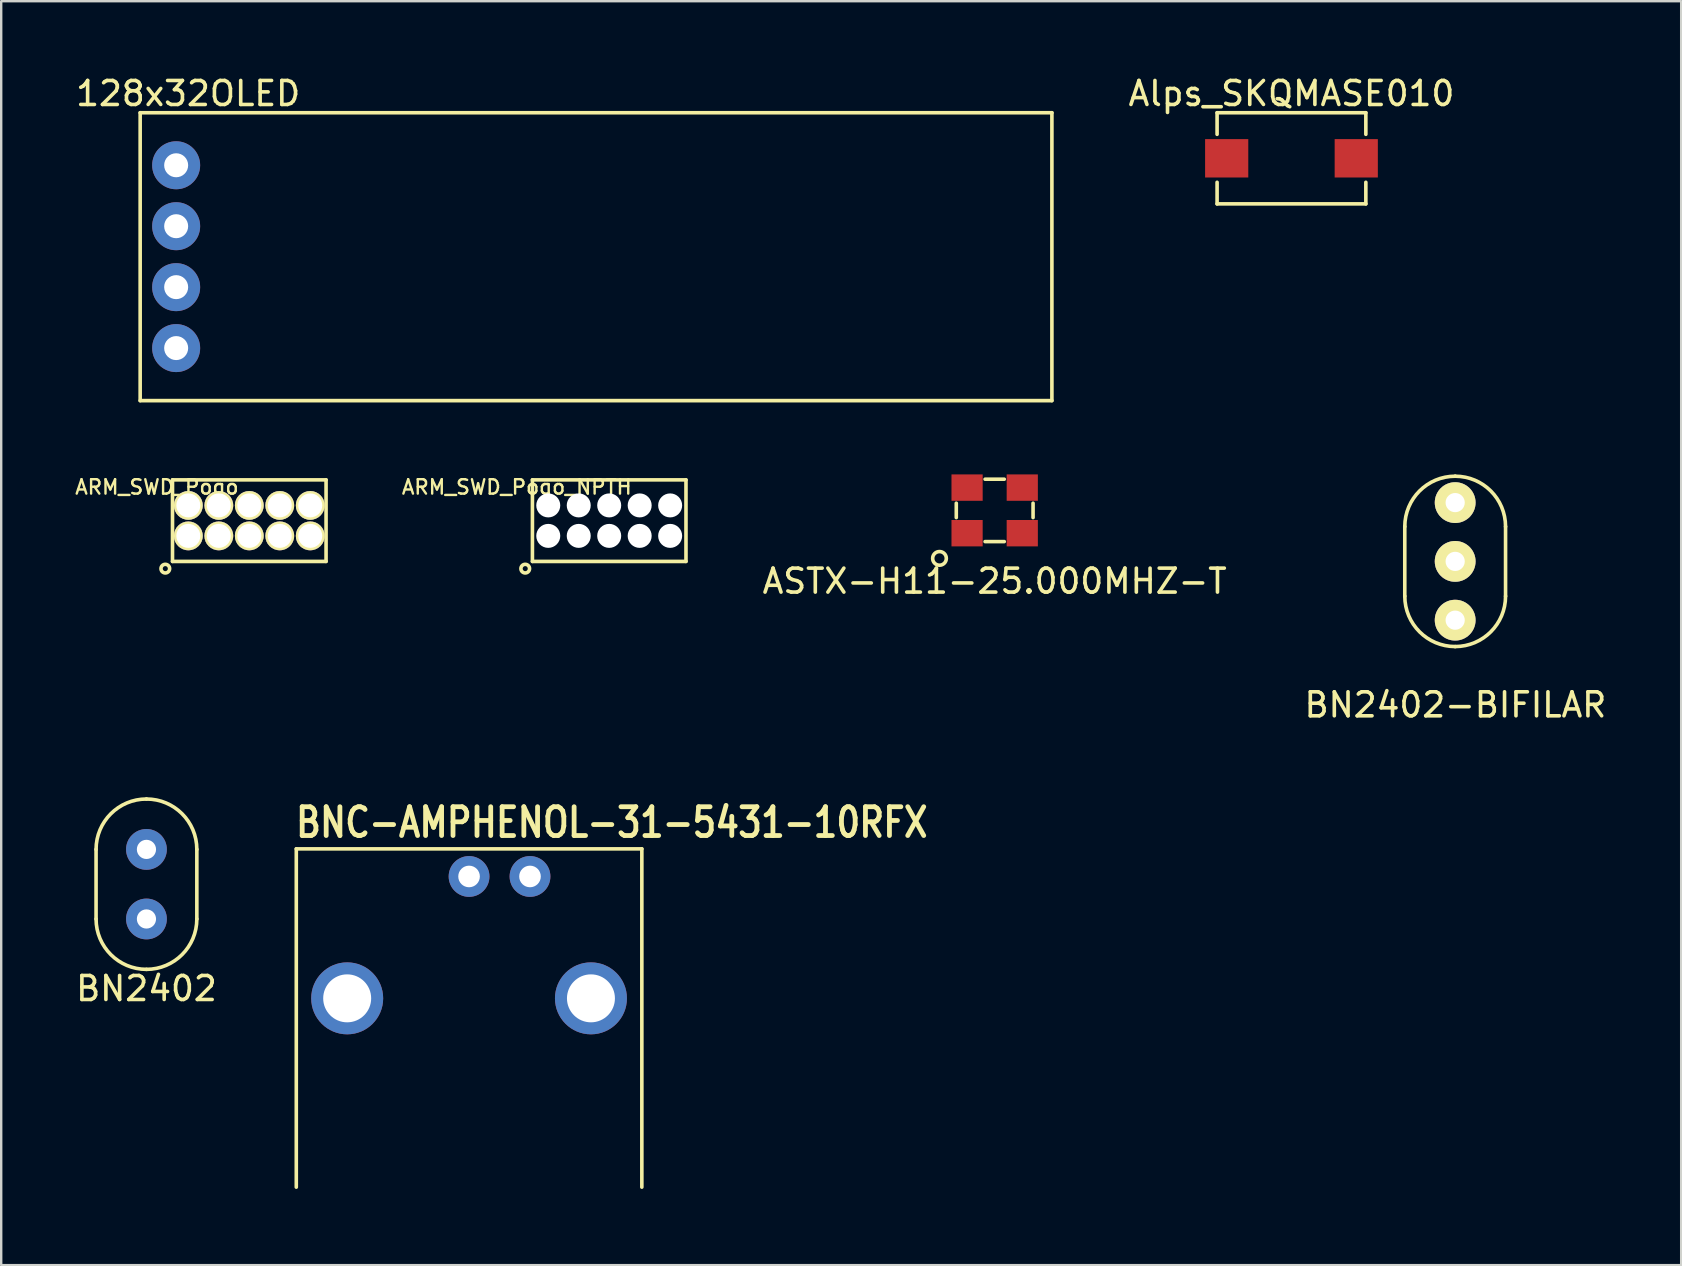
<source format=kicad_pcb>
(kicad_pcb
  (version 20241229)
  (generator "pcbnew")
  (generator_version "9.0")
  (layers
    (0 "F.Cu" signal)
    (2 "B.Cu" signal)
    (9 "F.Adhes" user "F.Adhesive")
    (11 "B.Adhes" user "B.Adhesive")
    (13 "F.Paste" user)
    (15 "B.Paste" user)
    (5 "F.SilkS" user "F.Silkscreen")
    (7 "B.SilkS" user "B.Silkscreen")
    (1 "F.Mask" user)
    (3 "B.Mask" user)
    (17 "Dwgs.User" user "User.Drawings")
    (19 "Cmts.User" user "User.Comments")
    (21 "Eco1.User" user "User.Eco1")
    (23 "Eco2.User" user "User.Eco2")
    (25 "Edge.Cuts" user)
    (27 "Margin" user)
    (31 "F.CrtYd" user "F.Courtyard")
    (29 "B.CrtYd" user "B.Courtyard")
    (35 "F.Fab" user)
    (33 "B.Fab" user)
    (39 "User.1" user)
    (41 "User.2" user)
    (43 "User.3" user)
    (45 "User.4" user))
  (footprint "BN2402-BIFILAR"
    (layer "F.Cu")
    (at 57.6 23.898)
    (property "Reference" "BN2402-BIFILAR" (at 0.01 2.43 0) (layer "F.SilkS") (effects (font (size 1 1) (thickness 0.15))))
    (attr through_hole)
    (fp_line (start -2.1 -2.1) (end -2.1 -5) (stroke (width 0.15) (type solid)) (layer "F.SilkS"))
    (fp_line (start 2.1 -2.1) (end 2.1 -5) (stroke (width 0.15) (type solid)) (layer "F.SilkS"))
    (fp_arc (start -2.1 -5) (mid -1.484924 -6.484924) (end 0 -7.1) (stroke (width 0.15) (type solid)) (layer "F.SilkS"))
    (fp_arc (start 0 -7.1) (mid 1.484924 -6.484924) (end 2.1 -5) (stroke (width 0.15) (type solid)) (layer "F.SilkS"))
    (fp_arc (start 0 0) (mid -1.484924 -0.615076) (end -2.1 -2.1) (stroke (width 0.15) (type solid)) (layer "F.SilkS"))
    (fp_arc (start 2.1 -2.1) (mid 1.484924 -0.615076) (end 0 0) (stroke (width 0.15) (type solid)) (layer "F.SilkS"))
    (pad "1" thru_hole circle (at 0 -1.1) (size 1.7 1.7) (drill 0.8) (layers "*.Cu" "*.Mask" "F.SilkS"))
    (pad "2" thru_hole circle (at 0 -6) (size 1.7 1.7) (drill 0.8) (layers "*.Cu" "*.Mask" "F.SilkS"))
    (pad "3" thru_hole circle (at 0 -3.55) (size 1.7 1.7) (drill 0.8) (layers "*.Cu" "*.Mask" "F.SilkS")))
  (footprint "Alps_SKQMASE010"
    (layer "F.Cu")
    (at 50.777 3.548)
    (property "Reference" "Alps_SKQMASE010" (at 0 -2.7 0) (layer "F.SilkS") (effects (font (size 1 1) (thickness 0.15))))
    (attr through_hole)
    (fp_line (start -3.1 -1.9) (end 3.1 -1.9) (stroke (width 0.15) (type solid)) (layer "F.SilkS"))
    (fp_line (start -3.1 -1) (end -3.1 -1.9) (stroke (width 0.15) (type solid)) (layer "F.SilkS"))
    (fp_line (start -3.1 1.9) (end -3.1 1) (stroke (width 0.15) (type solid)) (layer "F.SilkS"))
    (fp_line (start -3.1 1.9) (end 3.1 1.9) (stroke (width 0.15) (type solid)) (layer "F.SilkS"))
    (fp_line (start 3.1 -1.9) (end 3.1 -1) (stroke (width 0.15) (type solid)) (layer "F.SilkS"))
    (fp_line (start 3.1 1.9) (end 3.1 1) (stroke (width 0.15) (type solid)) (layer "F.SilkS"))
    (pad "1" smd rect (at -2.7 0) (size 1.8 1.6) (layers "F.Cu" "F.Mask" "F.Paste"))
    (pad "2" smd rect (at 2.7 0) (size 1.8 1.6) (layers "F.Cu" "F.Mask" "F.Paste")))
  (footprint "ARM_SWD_Pogo"
    (layer "F.Cu")
    (at 7.34 18.65)
    (property "Reference" "ARM_SWD_Pogo" (at -3.85 -1.4 0) (layer "F.SilkS") (effects (font (size 0.6 0.6) (thickness 0.1))))
    (attr through_hole)
    (fp_line (start -3.2 -1.7) (end 3.2 -1.7) (stroke (width 0.15) (type solid)) (layer "F.SilkS"))
    (fp_line (start -3.2 1.7) (end -3.2 -1.7) (stroke (width 0.15) (type solid)) (layer "F.SilkS"))
    (fp_line (start 3.2 -1.7) (end 3.2 1.7) (stroke (width 0.15) (type solid)) (layer "F.SilkS"))
    (fp_line (start 3.2 1.7) (end -3.2 1.7) (stroke (width 0.15) (type solid)) (layer "F.SilkS"))
    (fp_circle (center -3.5 2) (end -3.35 2.1) (stroke (width 0.15) (type solid)) (fill no) (layer "F.SilkS"))
    (pad "1" thru_hole circle (at -2.54 0.635) (size 1.2 1.2) (drill 1) (layers "*.Cu" "*.Mask" "F.SilkS"))
    (pad "2" thru_hole circle (at -2.54 -0.635) (size 1.2 1.2) (drill 1) (layers "*.Cu" "*.Mask" "F.SilkS"))
    (pad "3" thru_hole circle (at -1.27 0.635) (size 1.2 1.2) (drill 1) (layers "*.Cu" "*.Mask" "F.SilkS"))
    (pad "4" thru_hole circle (at -1.27 -0.635) (size 1.2 1.2) (drill 1) (layers "*.Cu" "*.Mask" "F.SilkS"))
    (pad "5" thru_hole circle (at 0 0.635) (size 1.2 1.2) (drill 1) (layers "*.Cu" "*.Mask" "F.SilkS"))
    (pad "6" thru_hole circle (at 0 -0.635) (size 1.2 1.2) (drill 1) (layers "*.Cu" "*.Mask" "F.SilkS"))
    (pad "7" thru_hole circle (at 1.27 0.635) (size 1.2 1.2) (drill 1) (layers "*.Cu" "*.Mask" "F.SilkS"))
    (pad "8" thru_hole circle (at 1.27 -0.635) (size 1.2 1.2) (drill 1) (layers "*.Cu" "*.Mask" "F.SilkS"))
    (pad "9" thru_hole circle (at 2.54 0.635) (size 1.2 1.2) (drill 1) (layers "*.Cu" "*.Mask" "F.SilkS"))
    (pad "10" thru_hole circle (at 2.54 -0.635) (size 1.2 1.2) (drill 1) (layers "*.Cu" "*.Mask" "F.SilkS")))
  (footprint "BN2402"
    (layer "F.Cu")
    (at 3.054 37.352)
    (property "Reference" "BN2402" (at 0 0.8 0) (layer "F.SilkS") (effects (font (size 1 1) (thickness 0.15))))
    (attr through_hole)
    (fp_line (start -2.1 -2.1) (end -2.1 -5) (stroke (width 0.15) (type solid)) (layer "F.SilkS"))
    (fp_line (start 2.1 -2.1) (end 2.1 -5) (stroke (width 0.15) (type solid)) (layer "F.SilkS"))
    (fp_arc (start -2.1 -5) (mid -1.484924 -6.484924) (end 0 -7.1) (stroke (width 0.15) (type solid)) (layer "F.SilkS"))
    (fp_arc (start 0 -7.1) (mid 1.484924 -6.484924) (end 2.1 -5) (stroke (width 0.15) (type solid)) (layer "F.SilkS"))
    (fp_arc (start 0 0) (mid -1.484924 -0.615076) (end -2.1 -2.1) (stroke (width 0.15) (type solid)) (layer "F.SilkS"))
    (fp_arc (start 2.1 -2.1) (mid 1.484924 -0.615076) (end 0 0) (stroke (width 0.15) (type solid)) (layer "F.SilkS"))
    (pad "1" thru_hole circle (at 0 -2.1) (size 1.7 1.7) (drill 0.8) (layers "*.Cu" "*.Mask"))
    (pad "2" thru_hole circle (at 0 -5) (size 1.7 1.7) (drill 0.8) (layers "*.Cu" "*.Mask")))
  (footprint "128x32OLED"
    (layer "F.Cu")
    (at 21.792 7.648)
    (property "Reference" "128x32OLED" (at -17 -6.8 0) (layer "F.SilkS") (effects (font (size 1 1) (thickness 0.15))))
    (attr through_hole)
    (fp_line (start -19 -6) (end 19 -6) (stroke (width 0.15) (type solid)) (layer "F.SilkS"))
    (fp_line (start -19 6) (end -19 -6) (stroke (width 0.15) (type solid)) (layer "F.SilkS"))
    (fp_line (start 19 -6) (end 19 6) (stroke (width 0.15) (type solid)) (layer "F.SilkS"))
    (fp_line (start 19 6) (end -19 6) (stroke (width 0.15) (type solid)) (layer "F.SilkS"))
    (pad "1" thru_hole circle (at -17.5 -3.81) (size 2 2) (drill 1) (layers "*.Cu" "*.Mask"))
    (pad "2" thru_hole circle (at -17.5 -1.27) (size 2 2) (drill 1) (layers "*.Cu" "*.Mask"))
    (pad "3" thru_hole circle (at -17.5 1.27) (size 2 2) (drill 1) (layers "*.Cu" "*.Mask"))
    (pad "4" thru_hole circle (at -17.5 3.81) (size 2 2) (drill 1) (layers "*.Cu" "*.Mask")))
  (footprint "ARM_SWD_Pogo_NPTH"
    (layer "F.Cu")
    (at 22.341 18.65)
    (property "Reference" "ARM_SWD_Pogo_NPTH" (at -3.85 -1.4 0) (layer "F.SilkS") (effects (font (size 0.6 0.6) (thickness 0.1))))
    (attr through_hole)
    (fp_line (start -3.2 -1.7) (end 3.2 -1.7) (stroke (width 0.15) (type solid)) (layer "F.SilkS"))
    (fp_line (start -3.2 1.7) (end -3.2 -1.7) (stroke (width 0.15) (type solid)) (layer "F.SilkS"))
    (fp_line (start 3.2 -1.7) (end 3.2 1.7) (stroke (width 0.15) (type solid)) (layer "F.SilkS"))
    (fp_line (start 3.2 1.7) (end -3.2 1.7) (stroke (width 0.15) (type solid)) (layer "F.SilkS"))
    (fp_circle (center -3.5 2) (end -3.35 2.1) (stroke (width 0.15) (type solid)) (fill no) (layer "F.SilkS"))
    (pad "" np_thru_hole circle (at -2.54 -0.635) (size 1 1) (drill 1) (layers "*.Cu" "*.Mask"))
    (pad "" np_thru_hole circle (at -2.54 0.635) (size 1 1) (drill 1) (layers "*.Cu" "*.Mask"))
    (pad "" np_thru_hole circle (at -1.27 -0.635) (size 1 1) (drill 1) (layers "*.Cu" "*.Mask"))
    (pad "" np_thru_hole circle (at -1.27 0.635) (size 1 1) (drill 1) (layers "*.Cu" "*.Mask"))
    (pad "" np_thru_hole circle (at 0 -0.635) (size 1 1) (drill 1) (layers "*.Cu" "*.Mask"))
    (pad "" np_thru_hole circle (at 0 0.635) (size 1 1) (drill 1) (layers "*.Cu" "*.Mask"))
    (pad "" np_thru_hole circle (at 1.27 -0.635) (size 1 1) (drill 1) (layers "*.Cu" "*.Mask"))
    (pad "" np_thru_hole circle (at 1.27 0.635) (size 1 1) (drill 1) (layers "*.Cu" "*.Mask"))
    (pad "" np_thru_hole circle (at 2.54 -0.635) (size 1 1) (drill 1) (layers "*.Cu" "*.Mask"))
    (pad "" np_thru_hole circle (at 2.54 0.635) (size 1 1) (drill 1) (layers "*.Cu" "*.Mask")))
  (footprint "BNC-AMPHENOL-31-5431-10RFX"
    (layer "F.Cu")
    (at 16.5 46.429)
    (property "Reference" "BNC-AMPHENOL-31-5431-10RFX" (at 5.95 -15.2 0) (layer "F.SilkS") (effects (font (size 1.2 1) (thickness 0.2))))
    (attr through_hole)
    (fp_line (start -7.201 -14.1) (end -7.201 0) (stroke (width 0.15) (type solid)) (layer "F.SilkS"))
    (fp_line (start 7.201 -14.1) (end -7.201 -14.1) (stroke (width 0.15) (type solid)) (layer "F.SilkS"))
    (fp_line (start 7.201 0) (end 7.201 -14.1) (stroke (width 0.15) (type solid)) (layer "F.SilkS"))
    (pad "" thru_hole circle (at -5.08 -7.869) (size 3 3) (drill 1.999) (layers "*.Cu" "*.Mask"))
    (pad "" thru_hole circle (at 5.08 -7.869) (size 3 3) (drill 1.999) (layers "*.Cu" "*.Mask"))
    (pad "1" thru_hole circle (at 0 -12.949) (size 1.7 1.7) (drill 0.9) (layers "*.Cu" "*.Mask"))
    (pad "2" thru_hole circle (at 2.54 -12.949) (size 1.7 1.7) (drill 0.9) (layers "*.Cu" "*.Mask")))
  (footprint "ASTX-H11-25.000MHZ-T"
    (layer "F.Cu")
    (at 38.407 18.223)
    (property "Reference" "ASTX-H11-25.000MHZ-T" (at 0 2.95 0) (layer "F.SilkS") (effects (font (size 1 1) (thickness 0.15))))
    (attr through_hole)
    (fp_line (start -1.6 -0.3) (end -1.6 0.3) (stroke (width 0.15) (type solid)) (layer "F.SilkS"))
    (fp_line (start -0.4 -1.3) (end 0.4 -1.3) (stroke (width 0.15) (type solid)) (layer "F.SilkS"))
    (fp_line (start -0.4 1.3) (end 0.4 1.3) (stroke (width 0.15) (type solid)) (layer "F.SilkS"))
    (fp_line (start 1.6 -0.3) (end 1.6 0.3) (stroke (width 0.15) (type solid)) (layer "F.SilkS"))
    (fp_circle (center -2.3 2) (end -2.025 2.075) (stroke (width 0.15) (type solid)) (fill no) (layer "F.SilkS"))
    (pad "1" smd rect (at -1.15 0.95) (size 1.3 1.1) (layers "F.Cu" "F.Mask" "F.Paste"))
    (pad "2" smd rect (at 1.15 0.95) (size 1.3 1.1) (layers "F.Cu" "F.Mask" "F.Paste"))
    (pad "3" smd rect (at 1.15 -0.95) (size 1.3 1.1) (layers "F.Cu" "F.Mask" "F.Paste"))
    (pad "4" smd rect (at -1.15 -0.95) (size 1.3 1.1) (layers "F.Cu" "F.Mask" "F.Paste")))
  (gr_rect
    (start -3 -3)
    (end 67.02 49.679)
    (stroke (width 0.1) (type default))
    (fill no)
    (layer "Edge.Cuts")))
</source>
